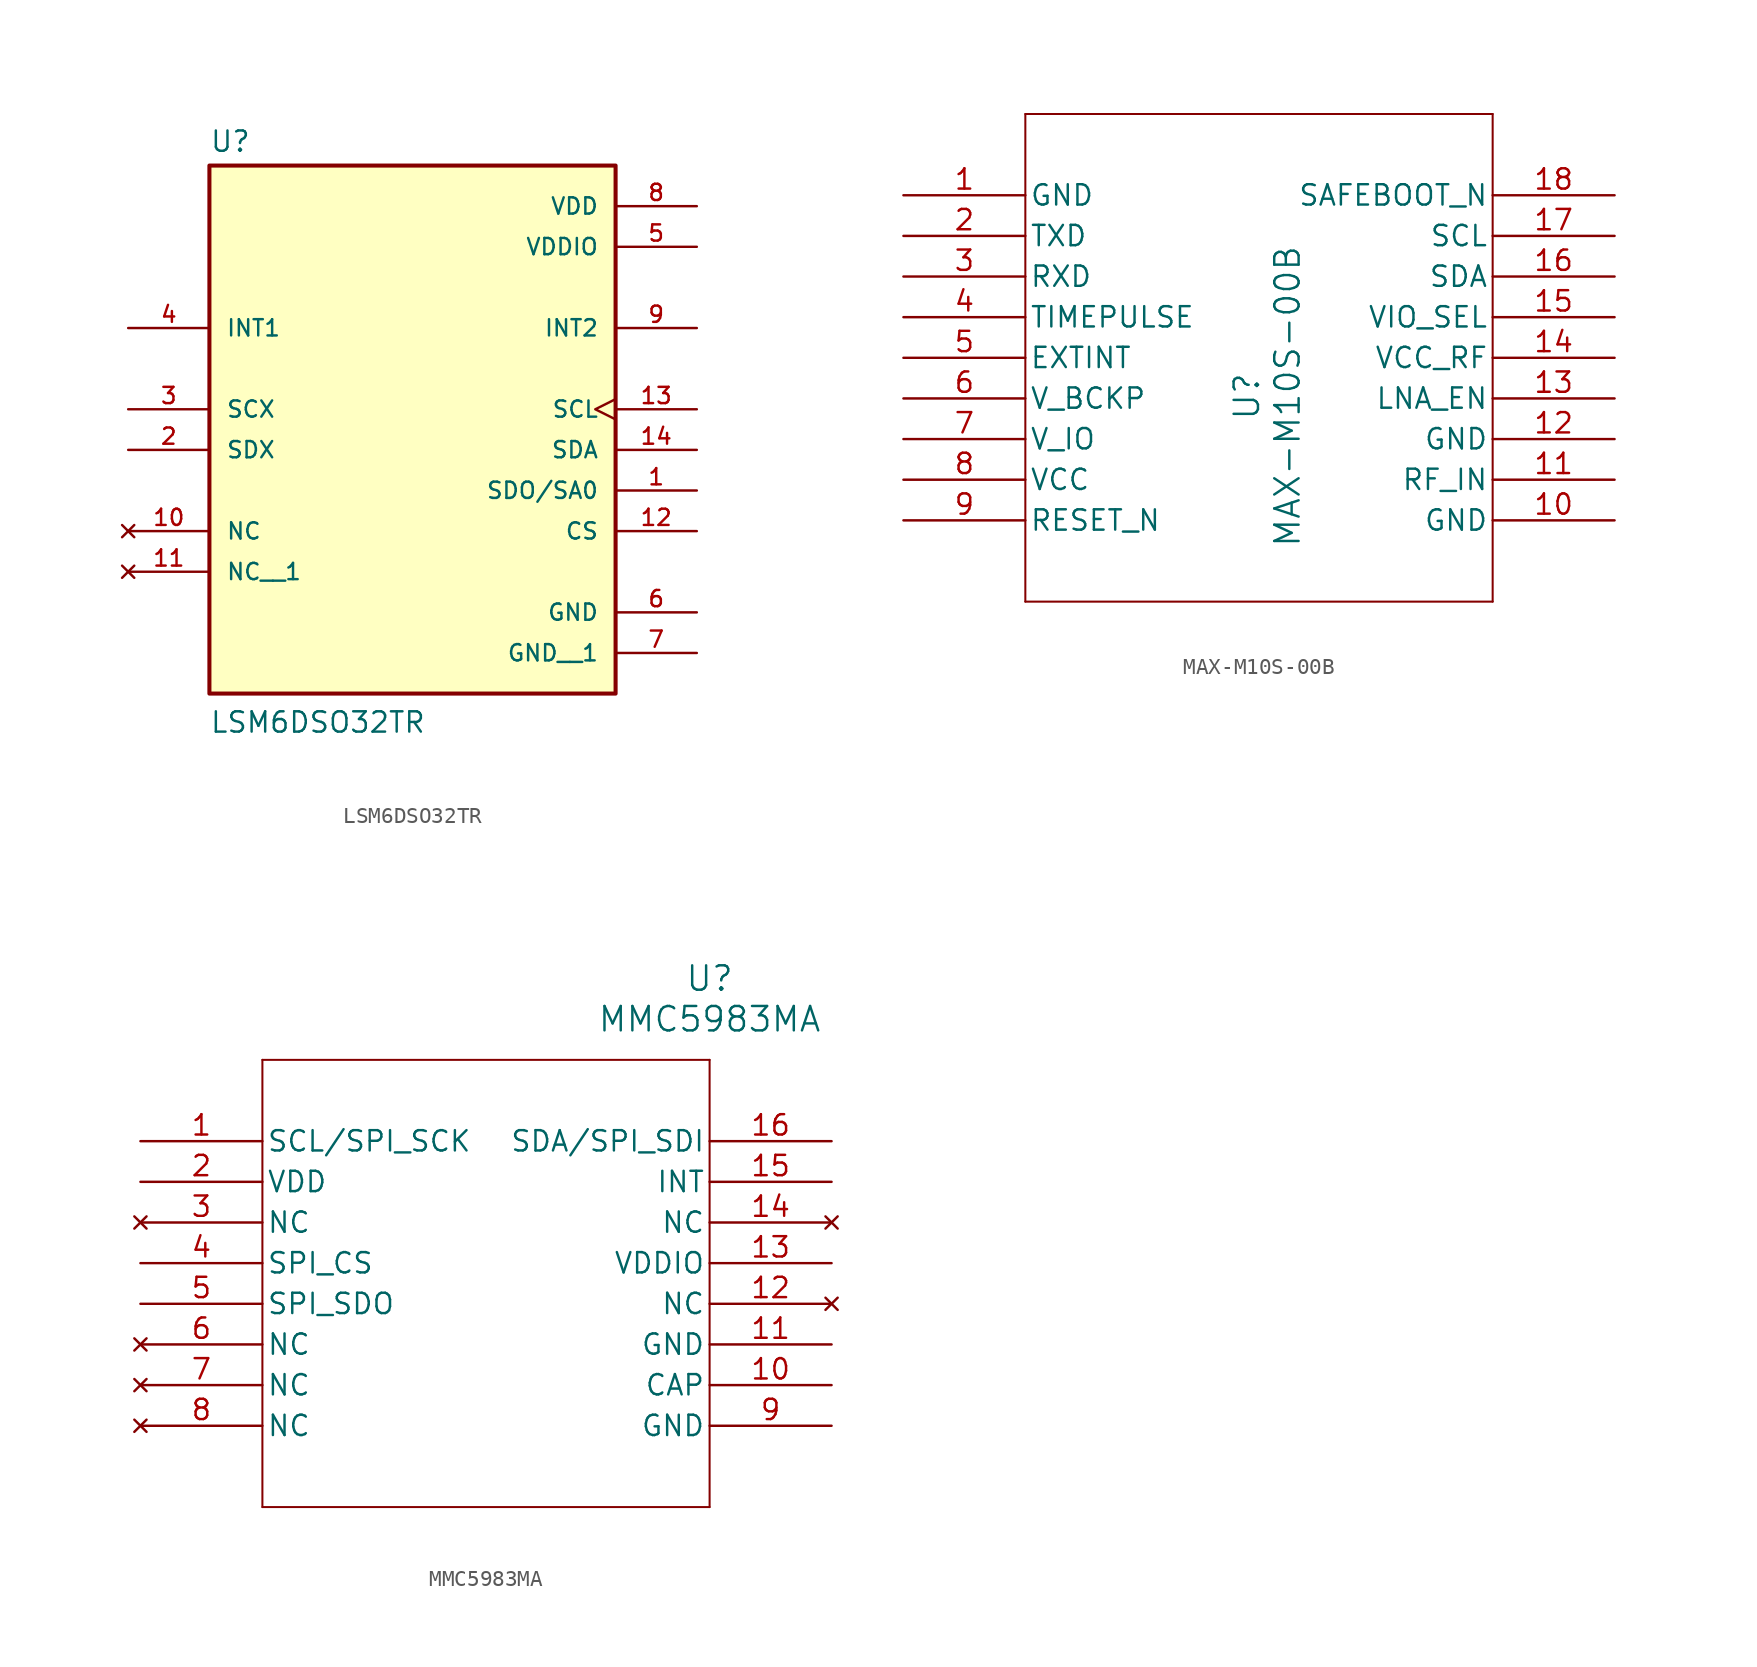
<source format=kicad_sym>
(kicad_symbol_lib
  (version 20231120)
  (generator "kicad_symbol_editor")
  (generator_version "8.0")
  (symbol "LSM6DSO32TR"
    (pin_names
      (offset 1.016))
    (property "Reference" "U"
      (at -12.7 16.002 0)
      (effects (font (size 1.27 1.27)) (justify left bottom)))
    (property "Value" "LSM6DSO32TR"
      (at -12.7 -20.32 0)
      (effects (font (size 1.27 1.27)) (justify left bottom)))
    (symbol "LSM6DSO32TR_0_0"
      (rectangle (start -12.7 -17.78) (end 12.7 15.24) (stroke (width 0.254) (type default)) (fill (type background)))
      (pin bidirectional line (at 17.78 -5.08 180) (length 5.08) (name "SDO/SA0" (effects (font (size 1.016 1.016)))) (number "1" (effects (font (size 1.016 1.016)))))
      (pin no_connect line (at -17.78 -7.62 0) (length 5.08) (name "NC" (effects (font (size 1.016 1.016)))) (number "10" (effects (font (size 1.016 1.016)))))
      (pin no_connect line (at -17.78 -10.16 0) (length 5.08) (name "NC__1" (effects (font (size 1.016 1.016)))) (number "11" (effects (font (size 1.016 1.016)))))
      (pin input line (at 17.78 -7.62 180) (length 5.08) (name "CS" (effects (font (size 1.016 1.016)))) (number "12" (effects (font (size 1.016 1.016)))))
      (pin input clock (at 17.78 0 180) (length 5.08) (name "SCL" (effects (font (size 1.016 1.016)))) (number "13" (effects (font (size 1.016 1.016)))))
      (pin bidirectional line (at 17.78 -2.54 180) (length 5.08) (name "SDA" (effects (font (size 1.016 1.016)))) (number "14" (effects (font (size 1.016 1.016)))))
      (pin passive line (at -17.78 -2.54 0) (length 5.08) (name "SDX" (effects (font (size 1.016 1.016)))) (number "2" (effects (font (size 1.016 1.016)))))
      (pin passive line (at -17.78 0 0) (length 5.08) (name "SCX" (effects (font (size 1.016 1.016)))) (number "3" (effects (font (size 1.016 1.016)))))
      (pin input line (at -17.78 5.08 0) (length 5.08) (name "INT1" (effects (font (size 1.016 1.016)))) (number "4" (effects (font (size 1.016 1.016)))))
      (pin power_in line (at 17.78 10.16 180) (length 5.08) (name "VDDIO" (effects (font (size 1.016 1.016)))) (number "5" (effects (font (size 1.016 1.016)))))
      (pin power_in line (at 17.78 -12.7 180) (length 5.08) (name "GND" (effects (font (size 1.016 1.016)))) (number "6" (effects (font (size 1.016 1.016)))))
      (pin power_in line (at 17.78 -15.24 180) (length 5.08) (name "GND__1" (effects (font (size 1.016 1.016)))) (number "7" (effects (font (size 1.016 1.016)))))
      (pin power_in line (at 17.78 12.7 180) (length 5.08) (name "VDD" (effects (font (size 1.016 1.016)))) (number "8" (effects (font (size 1.016 1.016)))))
      (pin output line (at 17.78 5.08 180) (length 5.08) (name "INT2" (effects (font (size 1.016 1.016)))) (number "9" (effects (font (size 1.016 1.016)))))))
  (symbol "MAX-M10S-00B"
    (pin_names
      (offset 0.254))
    (property "Reference" "U"
      (at 21.463 -12.573 90)
      (effects (font (size 1.524 1.524))))
    (property "Value" "MAX-M10S-00B"
      (at 24.003 -12.573 90)
      (effects (font (size 1.524 1.524))))
    (symbol "MAX-M10S-00B_0_1"
      (polyline (pts (xy 7.62 -25.4) (xy 36.83 -25.4)) (stroke (width 0.127) (type default)) (fill (type none)))
      (polyline (pts (xy 7.62 5.08) (xy 7.62 -25.4)) (stroke (width 0.127) (type default)) (fill (type none)))
      (polyline (pts (xy 36.83 -25.4) (xy 36.83 5.08)) (stroke (width 0.127) (type default)) (fill (type none)))
      (polyline (pts (xy 36.83 5.08) (xy 7.62 5.08)) (stroke (width 0.127) (type default)) (fill (type none)))
      (pin power_out line (at 0 0 0) (length 7.62) (name "GND" (effects (font (size 1.27 1.27)))) (number "1" (effects (font (size 1.27 1.27)))))
      (pin power_out line (at 44.45 -20.32 180) (length 7.62) (name "GND" (effects (font (size 1.27 1.27)))) (number "10" (effects (font (size 1.27 1.27)))))
      (pin input line (at 44.45 -17.78 180) (length 7.62) (name "RF_IN" (effects (font (size 1.27 1.27)))) (number "11" (effects (font (size 1.27 1.27)))))
      (pin power_out line (at 44.45 -15.24 180) (length 7.62) (name "GND" (effects (font (size 1.27 1.27)))) (number "12" (effects (font (size 1.27 1.27)))))
      (pin output line (at 44.45 -12.7 180) (length 7.62) (name "LNA_EN" (effects (font (size 1.27 1.27)))) (number "13" (effects (font (size 1.27 1.27)))))
      (pin output line (at 44.45 -10.16 180) (length 7.62) (name "VCC_RF" (effects (font (size 1.27 1.27)))) (number "14" (effects (font (size 1.27 1.27)))))
      (pin input line (at 44.45 -7.62 180) (length 7.62) (name "VIO_SEL" (effects (font (size 1.27 1.27)))) (number "15" (effects (font (size 1.27 1.27)))))
      (pin bidirectional line (at 44.45 -5.08 180) (length 7.62) (name "SDA" (effects (font (size 1.27 1.27)))) (number "16" (effects (font (size 1.27 1.27)))))
      (pin input line (at 44.45 -2.54 180) (length 7.62) (name "SCL" (effects (font (size 1.27 1.27)))) (number "17" (effects (font (size 1.27 1.27)))))
      (pin input line (at 44.45 0 180) (length 7.62) (name "SAFEBOOT_N" (effects (font (size 1.27 1.27)))) (number "18" (effects (font (size 1.27 1.27)))))
      (pin output line (at 0 -2.54 0) (length 7.62) (name "TXD" (effects (font (size 1.27 1.27)))) (number "2" (effects (font (size 1.27 1.27)))))
      (pin input line (at 0 -5.08 0) (length 7.62) (name "RXD" (effects (font (size 1.27 1.27)))) (number "3" (effects (font (size 1.27 1.27)))))
      (pin output line (at 0 -7.62 0) (length 7.62) (name "TIMEPULSE" (effects (font (size 1.27 1.27)))) (number "4" (effects (font (size 1.27 1.27)))))
      (pin input line (at 0 -10.16 0) (length 7.62) (name "EXTINT" (effects (font (size 1.27 1.27)))) (number "5" (effects (font (size 1.27 1.27)))))
      (pin power_in line (at 0 -12.7 0) (length 7.62) (name "V_BCKP" (effects (font (size 1.27 1.27)))) (number "6" (effects (font (size 1.27 1.27)))))
      (pin power_in line (at 0 -15.24 0) (length 7.62) (name "V_IO" (effects (font (size 1.27 1.27)))) (number "7" (effects (font (size 1.27 1.27)))))
      (pin power_in line (at 0 -17.78 0) (length 7.62) (name "VCC" (effects (font (size 1.27 1.27)))) (number "8" (effects (font (size 1.27 1.27)))))
      (pin input line (at 0 -20.32 0) (length 7.62) (name "RESET_N" (effects (font (size 1.27 1.27)))) (number "9" (effects (font (size 1.27 1.27)))))))
  (symbol "MMC5983MA"
    (pin_names
      (offset 0.254))
    (property "Reference" "U"
      (at 35.56 10.16 0)
      (effects (font (size 1.524 1.524))))
    (property "Value" "MMC5983MA"
      (at 35.56 7.62 0)
      (effects (font (size 1.524 1.524))))
    (symbol "MMC5983MA_0_1"
      (polyline (pts (xy 7.62 -22.86) (xy 35.56 -22.86)) (stroke (width 0.127) (type default)) (fill (type none)))
      (polyline (pts (xy 7.62 5.08) (xy 7.62 -22.86)) (stroke (width 0.127) (type default)) (fill (type none)))
      (polyline (pts (xy 35.56 -22.86) (xy 35.56 5.08)) (stroke (width 0.127) (type default)) (fill (type none)))
      (polyline (pts (xy 35.56 5.08) (xy 7.62 5.08)) (stroke (width 0.127) (type default)) (fill (type none)))
      (pin input line (at 0 0 0) (length 7.62) (name "SCL/SPI_SCK" (effects (font (size 1.27 1.27)))) (number "1" (effects (font (size 1.27 1.27)))))
      (pin power_in line (at 43.18 -15.24 180) (length 7.62) (name "CAP" (effects (font (size 1.27 1.27)))) (number "10" (effects (font (size 1.27 1.27)))))
      (pin power_out line (at 43.18 -12.7 180) (length 7.62) (name "GND" (effects (font (size 1.27 1.27)))) (number "11" (effects (font (size 1.27 1.27)))))
      (pin no_connect line (at 43.18 -10.16 180) (length 7.62) (name "NC" (effects (font (size 1.27 1.27)))) (number "12" (effects (font (size 1.27 1.27)))))
      (pin power_in line (at 43.18 -7.62 180) (length 7.62) (name "VDDIO" (effects (font (size 1.27 1.27)))) (number "13" (effects (font (size 1.27 1.27)))))
      (pin no_connect line (at 43.18 -5.08 180) (length 7.62) (name "NC" (effects (font (size 1.27 1.27)))) (number "14" (effects (font (size 1.27 1.27)))))
      (pin output line (at 43.18 -2.54 180) (length 7.62) (name "INT" (effects (font (size 1.27 1.27)))) (number "15" (effects (font (size 1.27 1.27)))))
      (pin bidirectional line (at 43.18 0 180) (length 7.62) (name "SDA/SPI_SDI" (effects (font (size 1.27 1.27)))) (number "16" (effects (font (size 1.27 1.27)))))
      (pin power_in line (at 0 -2.54 0) (length 7.62) (name "VDD" (effects (font (size 1.27 1.27)))) (number "2" (effects (font (size 1.27 1.27)))))
      (pin no_connect line (at 0 -5.08 0) (length 7.62) (name "NC" (effects (font (size 1.27 1.27)))) (number "3" (effects (font (size 1.27 1.27)))))
      (pin input line (at 0 -7.62 0) (length 7.62) (name "SPI_CS" (effects (font (size 1.27 1.27)))) (number "4" (effects (font (size 1.27 1.27)))))
      (pin output line (at 0 -10.16 0) (length 7.62) (name "SPI_SDO" (effects (font (size 1.27 1.27)))) (number "5" (effects (font (size 1.27 1.27)))))
      (pin no_connect line (at 0 -12.7 0) (length 7.62) (name "NC" (effects (font (size 1.27 1.27)))) (number "6" (effects (font (size 1.27 1.27)))))
      (pin no_connect line (at 0 -15.24 0) (length 7.62) (name "NC" (effects (font (size 1.27 1.27)))) (number "7" (effects (font (size 1.27 1.27)))))
      (pin no_connect line (at 0 -17.78 0) (length 7.62) (name "NC" (effects (font (size 1.27 1.27)))) (number "8" (effects (font (size 1.27 1.27)))))
      (pin power_out line (at 43.18 -17.78 180) (length 7.62) (name "GND" (effects (font (size 1.27 1.27)))) (number "9" (effects (font (size 1.27 1.27))))))))
</source>
